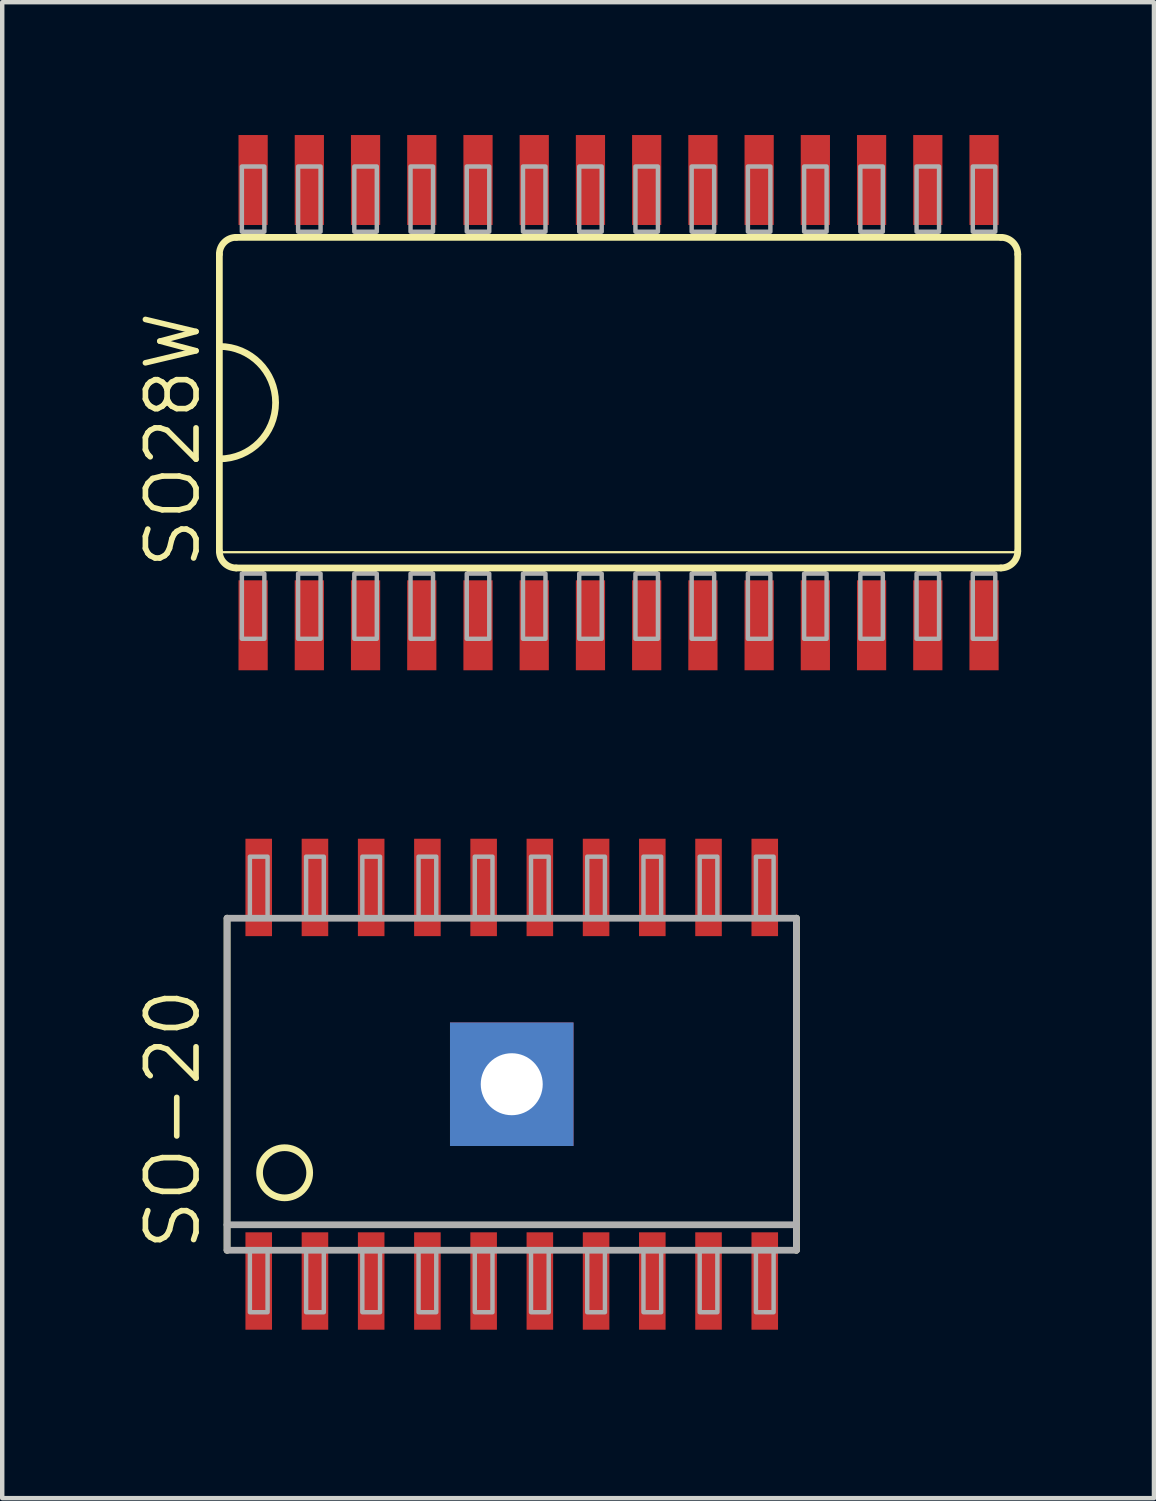
<source format=kicad_pcb>
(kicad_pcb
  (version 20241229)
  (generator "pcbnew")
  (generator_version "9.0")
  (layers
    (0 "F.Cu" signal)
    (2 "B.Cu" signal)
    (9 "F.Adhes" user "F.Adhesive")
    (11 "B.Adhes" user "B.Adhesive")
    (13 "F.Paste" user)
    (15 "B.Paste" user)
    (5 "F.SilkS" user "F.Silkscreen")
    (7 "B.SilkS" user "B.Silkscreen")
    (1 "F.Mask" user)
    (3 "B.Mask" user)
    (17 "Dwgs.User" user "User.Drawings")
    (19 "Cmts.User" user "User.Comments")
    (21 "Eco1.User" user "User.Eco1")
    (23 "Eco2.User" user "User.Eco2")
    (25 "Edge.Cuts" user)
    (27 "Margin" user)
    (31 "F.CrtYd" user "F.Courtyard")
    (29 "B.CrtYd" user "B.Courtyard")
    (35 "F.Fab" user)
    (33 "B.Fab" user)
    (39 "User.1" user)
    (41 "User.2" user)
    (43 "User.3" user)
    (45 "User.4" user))
  (footprint "SO28W"
    (layer "F.Cu")
    (at 10.922 6.045)
    (property "Reference" "SO28W" (at -9.398 3.81 90) (layer "F.SilkS") (effects (font (size 1.143 1.143) (thickness 0.127)) (justify left bottom)))
    (fp_line (start -9.017 -3.353) (end -9.017 -1.27) (stroke (width 0.152) (type solid)) (layer "F.SilkS"))
    (fp_line (start -9.017 -1.27) (end -9.017 1.27) (stroke (width 0.152) (type solid)) (layer "F.SilkS"))
    (fp_line (start -9.017 1.27) (end -9.017 3.353) (stroke (width 0.152) (type solid)) (layer "F.SilkS"))
    (fp_line (start -9.017 3.378) (end 9.017 3.378) (stroke (width 0.051) (type solid)) (layer "F.SilkS"))
    (fp_line (start -8.636 3.734) (end 8.636 3.734) (stroke (width 0.152) (type solid)) (layer "F.SilkS"))
    (fp_line (start 8.636 -3.734) (end -8.636 -3.734) (stroke (width 0.152) (type solid)) (layer "F.SilkS"))
    (fp_line (start 9.017 3.353) (end 9.017 -3.353) (stroke (width 0.152) (type solid)) (layer "F.SilkS"))
    (fp_arc (start -9.017 -3.3528) (mid -8.905408 -3.622208) (end -8.636 -3.7338) (stroke (width 0.1524) (type solid)) (layer "F.SilkS"))
    (fp_arc (start -9.017 -1.27) (mid -7.747 0) (end -9.017 1.27) (stroke (width 0.1524) (type solid)) (layer "F.SilkS"))
    (fp_arc (start -8.636 3.7338) (mid -8.905408 3.622208) (end -9.017 3.3528) (stroke (width 0.1524) (type solid)) (layer "F.SilkS"))
    (fp_arc (start 8.636 -3.7338) (mid 8.905408 -3.622208) (end 9.017 -3.3528) (stroke (width 0.1524) (type solid)) (layer "F.SilkS"))
    (fp_arc (start 9.017 3.3528) (mid 8.905408 3.622208) (end 8.636 3.7338) (stroke (width 0.1524) (type solid)) (layer "F.SilkS"))
    (fp_poly (pts (xy -8.509 -3.734) (xy -8.001 -3.734) (xy -8.001 -3.861) (xy -8.509 -3.861)) (stroke (width 0) (type default)) (fill yes) (layer "F.SilkS"))
    (fp_poly (pts (xy -8.509 3.861) (xy -8.001 3.861) (xy -8.001 3.734) (xy -8.509 3.734)) (stroke (width 0) (type default)) (fill yes) (layer "F.SilkS"))
    (fp_poly (pts (xy -7.239 -3.734) (xy -6.731 -3.734) (xy -6.731 -3.861) (xy -7.239 -3.861)) (stroke (width 0) (type default)) (fill yes) (layer "F.SilkS"))
    (fp_poly (pts (xy -7.239 3.861) (xy -6.731 3.861) (xy -6.731 3.734) (xy -7.239 3.734)) (stroke (width 0) (type default)) (fill yes) (layer "F.SilkS"))
    (fp_poly (pts (xy -5.969 -3.734) (xy -5.461 -3.734) (xy -5.461 -3.861) (xy -5.969 -3.861)) (stroke (width 0) (type default)) (fill yes) (layer "F.SilkS"))
    (fp_poly (pts (xy -5.969 3.861) (xy -5.461 3.861) (xy -5.461 3.734) (xy -5.969 3.734)) (stroke (width 0) (type default)) (fill yes) (layer "F.SilkS"))
    (fp_poly (pts (xy -4.699 -3.734) (xy -4.191 -3.734) (xy -4.191 -3.861) (xy -4.699 -3.861)) (stroke (width 0) (type default)) (fill yes) (layer "F.SilkS"))
    (fp_poly (pts (xy -4.699 3.861) (xy -4.191 3.861) (xy -4.191 3.734) (xy -4.699 3.734)) (stroke (width 0) (type default)) (fill yes) (layer "F.SilkS"))
    (fp_poly (pts (xy -3.429 -3.734) (xy -2.921 -3.734) (xy -2.921 -3.861) (xy -3.429 -3.861)) (stroke (width 0) (type default)) (fill yes) (layer "F.SilkS"))
    (fp_poly (pts (xy -3.429 3.861) (xy -2.921 3.861) (xy -2.921 3.734) (xy -3.429 3.734)) (stroke (width 0) (type default)) (fill yes) (layer "F.SilkS"))
    (fp_poly (pts (xy -2.159 -3.734) (xy -1.651 -3.734) (xy -1.651 -3.861) (xy -2.159 -3.861)) (stroke (width 0) (type default)) (fill yes) (layer "F.SilkS"))
    (fp_poly (pts (xy -2.159 3.861) (xy -1.651 3.861) (xy -1.651 3.734) (xy -2.159 3.734)) (stroke (width 0) (type default)) (fill yes) (layer "F.SilkS"))
    (fp_poly (pts (xy -0.889 -3.734) (xy -0.381 -3.734) (xy -0.381 -3.861) (xy -0.889 -3.861)) (stroke (width 0) (type default)) (fill yes) (layer "F.SilkS"))
    (fp_poly (pts (xy -0.889 3.861) (xy -0.381 3.861) (xy -0.381 3.734) (xy -0.889 3.734)) (stroke (width 0) (type default)) (fill yes) (layer "F.SilkS"))
    (fp_poly (pts (xy 0.381 -3.734) (xy 0.889 -3.734) (xy 0.889 -3.861) (xy 0.381 -3.861)) (stroke (width 0) (type default)) (fill yes) (layer "F.SilkS"))
    (fp_poly (pts (xy 0.381 3.861) (xy 0.889 3.861) (xy 0.889 3.734) (xy 0.381 3.734)) (stroke (width 0) (type default)) (fill yes) (layer "F.SilkS"))
    (fp_poly (pts (xy 1.651 -3.734) (xy 2.159 -3.734) (xy 2.159 -3.861) (xy 1.651 -3.861)) (stroke (width 0) (type default)) (fill yes) (layer "F.SilkS"))
    (fp_poly (pts (xy 1.651 3.861) (xy 2.159 3.861) (xy 2.159 3.734) (xy 1.651 3.734)) (stroke (width 0) (type default)) (fill yes) (layer "F.SilkS"))
    (fp_poly (pts (xy 2.921 -3.734) (xy 3.429 -3.734) (xy 3.429 -3.861) (xy 2.921 -3.861)) (stroke (width 0) (type default)) (fill yes) (layer "F.SilkS"))
    (fp_poly (pts (xy 2.921 3.861) (xy 3.429 3.861) (xy 3.429 3.734) (xy 2.921 3.734)) (stroke (width 0) (type default)) (fill yes) (layer "F.SilkS"))
    (fp_poly (pts (xy 4.191 -3.734) (xy 4.699 -3.734) (xy 4.699 -3.861) (xy 4.191 -3.861)) (stroke (width 0) (type default)) (fill yes) (layer "F.SilkS"))
    (fp_poly (pts (xy 4.191 3.861) (xy 4.699 3.861) (xy 4.699 3.734) (xy 4.191 3.734)) (stroke (width 0) (type default)) (fill yes) (layer "F.SilkS"))
    (fp_poly (pts (xy 5.461 -3.734) (xy 5.969 -3.734) (xy 5.969 -3.861) (xy 5.461 -3.861)) (stroke (width 0) (type default)) (fill yes) (layer "F.SilkS"))
    (fp_poly (pts (xy 5.461 3.861) (xy 5.969 3.861) (xy 5.969 3.734) (xy 5.461 3.734)) (stroke (width 0) (type default)) (fill yes) (layer "F.SilkS"))
    (fp_poly (pts (xy 6.731 -3.734) (xy 7.239 -3.734) (xy 7.239 -3.861) (xy 6.731 -3.861)) (stroke (width 0) (type default)) (fill yes) (layer "F.SilkS"))
    (fp_poly (pts (xy 6.731 3.861) (xy 7.239 3.861) (xy 7.239 3.734) (xy 6.731 3.734)) (stroke (width 0) (type default)) (fill yes) (layer "F.SilkS"))
    (fp_poly (pts (xy 8.001 -3.734) (xy 8.509 -3.734) (xy 8.509 -3.861) (xy 8.001 -3.861)) (stroke (width 0) (type default)) (fill yes) (layer "F.SilkS"))
    (fp_poly (pts (xy 8.001 3.861) (xy 8.509 3.861) (xy 8.509 3.734) (xy 8.001 3.734)) (stroke (width 0) (type default)) (fill yes) (layer "F.SilkS"))
    (fp_poly (pts (xy -8.509 -3.861) (xy -8.001 -3.861) (xy -8.001 -5.334) (xy -8.509 -5.334)) (stroke (width 0.1) (type default)) (fill no) (layer "F.Fab"))
    (fp_poly (pts (xy -8.509 5.334) (xy -8.001 5.334) (xy -8.001 3.861) (xy -8.509 3.861)) (stroke (width 0.1) (type default)) (fill no) (layer "F.Fab"))
    (fp_poly (pts (xy -7.239 -3.861) (xy -6.731 -3.861) (xy -6.731 -5.334) (xy -7.239 -5.334)) (stroke (width 0.1) (type default)) (fill no) (layer "F.Fab"))
    (fp_poly (pts (xy -7.239 5.334) (xy -6.731 5.334) (xy -6.731 3.861) (xy -7.239 3.861)) (stroke (width 0.1) (type default)) (fill no) (layer "F.Fab"))
    (fp_poly (pts (xy -5.969 -3.861) (xy -5.461 -3.861) (xy -5.461 -5.334) (xy -5.969 -5.334)) (stroke (width 0.1) (type default)) (fill no) (layer "F.Fab"))
    (fp_poly (pts (xy -5.969 5.334) (xy -5.461 5.334) (xy -5.461 3.861) (xy -5.969 3.861)) (stroke (width 0.1) (type default)) (fill no) (layer "F.Fab"))
    (fp_poly (pts (xy -4.699 -3.861) (xy -4.191 -3.861) (xy -4.191 -5.334) (xy -4.699 -5.334)) (stroke (width 0.1) (type default)) (fill no) (layer "F.Fab"))
    (fp_poly (pts (xy -4.699 5.334) (xy -4.191 5.334) (xy -4.191 3.861) (xy -4.699 3.861)) (stroke (width 0.1) (type default)) (fill no) (layer "F.Fab"))
    (fp_poly (pts (xy -3.429 -3.861) (xy -2.921 -3.861) (xy -2.921 -5.334) (xy -3.429 -5.334)) (stroke (width 0.1) (type default)) (fill no) (layer "F.Fab"))
    (fp_poly (pts (xy -3.429 5.334) (xy -2.921 5.334) (xy -2.921 3.861) (xy -3.429 3.861)) (stroke (width 0.1) (type default)) (fill no) (layer "F.Fab"))
    (fp_poly (pts (xy -2.159 -3.861) (xy -1.651 -3.861) (xy -1.651 -5.334) (xy -2.159 -5.334)) (stroke (width 0.1) (type default)) (fill no) (layer "F.Fab"))
    (fp_poly (pts (xy -2.159 5.334) (xy -1.651 5.334) (xy -1.651 3.861) (xy -2.159 3.861)) (stroke (width 0.1) (type default)) (fill no) (layer "F.Fab"))
    (fp_poly (pts (xy -0.889 -3.861) (xy -0.381 -3.861) (xy -0.381 -5.334) (xy -0.889 -5.334)) (stroke (width 0.1) (type default)) (fill no) (layer "F.Fab"))
    (fp_poly (pts (xy -0.889 5.334) (xy -0.381 5.334) (xy -0.381 3.861) (xy -0.889 3.861)) (stroke (width 0.1) (type default)) (fill no) (layer "F.Fab"))
    (fp_poly (pts (xy 0.381 -3.861) (xy 0.889 -3.861) (xy 0.889 -5.334) (xy 0.381 -5.334)) (stroke (width 0.1) (type default)) (fill no) (layer "F.Fab"))
    (fp_poly (pts (xy 0.381 5.334) (xy 0.889 5.334) (xy 0.889 3.861) (xy 0.381 3.861)) (stroke (width 0.1) (type default)) (fill no) (layer "F.Fab"))
    (fp_poly (pts (xy 1.651 -3.861) (xy 2.159 -3.861) (xy 2.159 -5.334) (xy 1.651 -5.334)) (stroke (width 0.1) (type default)) (fill no) (layer "F.Fab"))
    (fp_poly (pts (xy 1.651 5.334) (xy 2.159 5.334) (xy 2.159 3.861) (xy 1.651 3.861)) (stroke (width 0.1) (type default)) (fill no) (layer "F.Fab"))
    (fp_poly (pts (xy 2.921 -3.861) (xy 3.429 -3.861) (xy 3.429 -5.334) (xy 2.921 -5.334)) (stroke (width 0.1) (type default)) (fill no) (layer "F.Fab"))
    (fp_poly (pts (xy 2.921 5.334) (xy 3.429 5.334) (xy 3.429 3.861) (xy 2.921 3.861)) (stroke (width 0.1) (type default)) (fill no) (layer "F.Fab"))
    (fp_poly (pts (xy 4.191 -3.861) (xy 4.699 -3.861) (xy 4.699 -5.334) (xy 4.191 -5.334)) (stroke (width 0.1) (type default)) (fill no) (layer "F.Fab"))
    (fp_poly (pts (xy 4.191 5.334) (xy 4.699 5.334) (xy 4.699 3.861) (xy 4.191 3.861)) (stroke (width 0.1) (type default)) (fill no) (layer "F.Fab"))
    (fp_poly (pts (xy 5.461 -3.861) (xy 5.969 -3.861) (xy 5.969 -5.334) (xy 5.461 -5.334)) (stroke (width 0.1) (type default)) (fill no) (layer "F.Fab"))
    (fp_poly (pts (xy 5.461 5.334) (xy 5.969 5.334) (xy 5.969 3.861) (xy 5.461 3.861)) (stroke (width 0.1) (type default)) (fill no) (layer "F.Fab"))
    (fp_poly (pts (xy 6.731 -3.861) (xy 7.239 -3.861) (xy 7.239 -5.334) (xy 6.731 -5.334)) (stroke (width 0.1) (type default)) (fill no) (layer "F.Fab"))
    (fp_poly (pts (xy 6.731 5.334) (xy 7.239 5.334) (xy 7.239 3.861) (xy 6.731 3.861)) (stroke (width 0.1) (type default)) (fill no) (layer "F.Fab"))
    (fp_poly (pts (xy 8.001 -3.861) (xy 8.509 -3.861) (xy 8.509 -5.334) (xy 8.001 -5.334)) (stroke (width 0.1) (type default)) (fill no) (layer "F.Fab"))
    (fp_poly (pts (xy 8.001 5.334) (xy 8.509 5.334) (xy 8.509 3.861) (xy 8.001 3.861)) (stroke (width 0.1) (type default)) (fill no) (layer "F.Fab"))
    (pad "1" smd rect (at -8.255 5.029) (size 0.66 2.032) (layers "F.Cu" "F.Mask" "F.Paste"))
    (pad "2" smd rect (at -6.985 5.029) (size 0.66 2.032) (layers "F.Cu" "F.Mask" "F.Paste"))
    (pad "3" smd rect (at -5.715 5.029) (size 0.66 2.032) (layers "F.Cu" "F.Mask" "F.Paste"))
    (pad "4" smd rect (at -4.445 5.029) (size 0.66 2.032) (layers "F.Cu" "F.Mask" "F.Paste"))
    (pad "5" smd rect (at -3.175 5.029) (size 0.66 2.032) (layers "F.Cu" "F.Mask" "F.Paste"))
    (pad "6" smd rect (at -1.905 5.029) (size 0.66 2.032) (layers "F.Cu" "F.Mask" "F.Paste"))
    (pad "7" smd rect (at -0.635 5.029) (size 0.66 2.032) (layers "F.Cu" "F.Mask" "F.Paste"))
    (pad "8" smd rect (at 0.635 5.029) (size 0.66 2.032) (layers "F.Cu" "F.Mask" "F.Paste"))
    (pad "9" smd rect (at 1.905 5.029) (size 0.66 2.032) (layers "F.Cu" "F.Mask" "F.Paste"))
    (pad "10" smd rect (at 3.175 5.029) (size 0.66 2.032) (layers "F.Cu" "F.Mask" "F.Paste"))
    (pad "11" smd rect (at 4.445 5.029) (size 0.66 2.032) (layers "F.Cu" "F.Mask" "F.Paste"))
    (pad "12" smd rect (at 5.715 5.029) (size 0.66 2.032) (layers "F.Cu" "F.Mask" "F.Paste"))
    (pad "13" smd rect (at 6.985 5.029) (size 0.66 2.032) (layers "F.Cu" "F.Mask" "F.Paste"))
    (pad "14" smd rect (at 8.255 5.029) (size 0.66 2.032) (layers "F.Cu" "F.Mask" "F.Paste"))
    (pad "15" smd rect (at 8.255 -5.029) (size 0.66 2.032) (layers "F.Cu" "F.Mask" "F.Paste"))
    (pad "16" smd rect (at 6.985 -5.029) (size 0.66 2.032) (layers "F.Cu" "F.Mask" "F.Paste"))
    (pad "17" smd rect (at 5.715 -5.029) (size 0.66 2.032) (layers "F.Cu" "F.Mask" "F.Paste"))
    (pad "18" smd rect (at 4.445 -5.029) (size 0.66 2.032) (layers "F.Cu" "F.Mask" "F.Paste"))
    (pad "19" smd rect (at 3.175 -5.029) (size 0.66 2.032) (layers "F.Cu" "F.Mask" "F.Paste"))
    (pad "20" smd rect (at 1.905 -5.029) (size 0.66 2.032) (layers "F.Cu" "F.Mask" "F.Paste"))
    (pad "21" smd rect (at 0.635 -5.029) (size 0.66 2.032) (layers "F.Cu" "F.Mask" "F.Paste"))
    (pad "22" smd rect (at -0.635 -5.029) (size 0.66 2.032) (layers "F.Cu" "F.Mask" "F.Paste"))
    (pad "23" smd rect (at -1.905 -5.029) (size 0.66 2.032) (layers "F.Cu" "F.Mask" "F.Paste"))
    (pad "24" smd rect (at -3.175 -5.029) (size 0.66 2.032) (layers "F.Cu" "F.Mask" "F.Paste"))
    (pad "25" smd rect (at -4.445 -5.029) (size 0.66 2.032) (layers "F.Cu" "F.Mask" "F.Paste"))
    (pad "26" smd rect (at -5.715 -5.029) (size 0.66 2.032) (layers "F.Cu" "F.Mask" "F.Paste"))
    (pad "27" smd rect (at -6.985 -5.029) (size 0.66 2.032) (layers "F.Cu" "F.Mask" "F.Paste"))
    (pad "28" smd rect (at -8.255 -5.029) (size 0.66 2.032) (layers "F.Cu" "F.Mask" "F.Paste")))
  (footprint "SO-20"
    (layer "F.Cu")
    (at 8.509 21.44)
    (property "Reference" "SO-20" (at -6.985 3.81 90) (layer "F.SilkS") (effects (font (size 1.143 1.143) (thickness 0.127)) (justify left bottom)))
    (fp_line (start -6.43 -3.75) (end -6.43 3.75) (stroke (width 0.152) (type solid)) (layer "F.SilkS"))
    (fp_line (start 6.43 -3.75) (end 6.43 3.75) (stroke (width 0.152) (type solid)) (layer "F.SilkS"))
    (fp_circle (center -5.13 2) (end -4.564 2) (stroke (width 0.152) (type solid)) (fill no) (layer "F.SilkS"))
    (fp_line (start -6.43 -3.75) (end -6.43 3.175) (stroke (width 0.152) (type solid)) (layer "F.Fab"))
    (fp_line (start -6.43 -3.75) (end 6.43 -3.75) (stroke (width 0.152) (type solid)) (layer "F.Fab"))
    (fp_line (start -6.43 3.175) (end -6.43 3.75) (stroke (width 0.152) (type solid)) (layer "F.Fab"))
    (fp_line (start -6.43 3.175) (end 6.43 3.175) (stroke (width 0.152) (type solid)) (layer "F.Fab"))
    (fp_line (start -6.43 3.75) (end 6.43 3.75) (stroke (width 0.152) (type solid)) (layer "F.Fab"))
    (fp_line (start 6.43 -3.75) (end 6.43 3.175) (stroke (width 0.152) (type solid)) (layer "F.Fab"))
    (fp_line (start 6.43 3.175) (end 6.43 3.75) (stroke (width 0.152) (type solid)) (layer "F.Fab"))
    (fp_poly (pts (xy -5.915 -3.74) (xy -5.515 -3.74) (xy -5.515 -5.14) (xy -5.915 -5.14)) (stroke (width 0.1) (type default)) (fill no) (layer "F.Fab"))
    (fp_poly (pts (xy -5.915 5.15) (xy -5.515 5.15) (xy -5.515 3.75) (xy -5.915 3.75)) (stroke (width 0.1) (type default)) (fill no) (layer "F.Fab"))
    (fp_poly (pts (xy -4.645 -3.74) (xy -4.245 -3.74) (xy -4.245 -5.14) (xy -4.645 -5.14)) (stroke (width 0.1) (type default)) (fill no) (layer "F.Fab"))
    (fp_poly (pts (xy -4.645 5.15) (xy -4.245 5.15) (xy -4.245 3.75) (xy -4.645 3.75)) (stroke (width 0.1) (type default)) (fill no) (layer "F.Fab"))
    (fp_poly (pts (xy -3.375 -3.74) (xy -2.975 -3.74) (xy -2.975 -5.14) (xy -3.375 -5.14)) (stroke (width 0.1) (type default)) (fill no) (layer "F.Fab"))
    (fp_poly (pts (xy -3.375 5.15) (xy -2.975 5.15) (xy -2.975 3.75) (xy -3.375 3.75)) (stroke (width 0.1) (type default)) (fill no) (layer "F.Fab"))
    (fp_poly (pts (xy -2.105 -3.74) (xy -1.705 -3.74) (xy -1.705 -5.14) (xy -2.105 -5.14)) (stroke (width 0.1) (type default)) (fill no) (layer "F.Fab"))
    (fp_poly (pts (xy -2.105 5.15) (xy -1.705 5.15) (xy -1.705 3.75) (xy -2.105 3.75)) (stroke (width 0.1) (type default)) (fill no) (layer "F.Fab"))
    (fp_poly (pts (xy -0.835 -3.74) (xy -0.435 -3.74) (xy -0.435 -5.14) (xy -0.835 -5.14)) (stroke (width 0.1) (type default)) (fill no) (layer "F.Fab"))
    (fp_poly (pts (xy -0.835 5.15) (xy -0.435 5.15) (xy -0.435 3.75) (xy -0.835 3.75)) (stroke (width 0.1) (type default)) (fill no) (layer "F.Fab"))
    (fp_poly (pts (xy 0.435 -3.74) (xy 0.835 -3.74) (xy 0.835 -5.14) (xy 0.435 -5.14)) (stroke (width 0.1) (type default)) (fill no) (layer "F.Fab"))
    (fp_poly (pts (xy 0.435 5.15) (xy 0.835 5.15) (xy 0.835 3.75) (xy 0.435 3.75)) (stroke (width 0.1) (type default)) (fill no) (layer "F.Fab"))
    (fp_poly (pts (xy 1.705 -3.74) (xy 2.105 -3.74) (xy 2.105 -5.14) (xy 1.705 -5.14)) (stroke (width 0.1) (type default)) (fill no) (layer "F.Fab"))
    (fp_poly (pts (xy 1.705 5.15) (xy 2.105 5.15) (xy 2.105 3.75) (xy 1.705 3.75)) (stroke (width 0.1) (type default)) (fill no) (layer "F.Fab"))
    (fp_poly (pts (xy 2.975 -3.74) (xy 3.375 -3.74) (xy 3.375 -5.14) (xy 2.975 -5.14)) (stroke (width 0.1) (type default)) (fill no) (layer "F.Fab"))
    (fp_poly (pts (xy 2.975 5.15) (xy 3.375 5.15) (xy 3.375 3.75) (xy 2.975 3.75)) (stroke (width 0.1) (type default)) (fill no) (layer "F.Fab"))
    (fp_poly (pts (xy 4.245 -3.74) (xy 4.645 -3.74) (xy 4.645 -5.14) (xy 4.245 -5.14)) (stroke (width 0.1) (type default)) (fill no) (layer "F.Fab"))
    (fp_poly (pts (xy 4.245 5.15) (xy 4.645 5.15) (xy 4.645 3.75) (xy 4.245 3.75)) (stroke (width 0.1) (type default)) (fill no) (layer "F.Fab"))
    (fp_poly (pts (xy 5.515 -3.74) (xy 5.915 -3.74) (xy 5.915 -5.14) (xy 5.515 -5.14)) (stroke (width 0.1) (type default)) (fill no) (layer "F.Fab"))
    (fp_poly (pts (xy 5.515 5.15) (xy 5.915 5.15) (xy 5.915 3.75) (xy 5.515 3.75)) (stroke (width 0.1) (type default)) (fill no) (layer "F.Fab"))
    (pad "1" smd rect (at -5.715 4.445 90) (size 2.2 0.6) (layers "F.Cu" "F.Mask" "F.Paste"))
    (pad "2" smd rect (at -4.445 4.445 90) (size 2.2 0.6) (layers "F.Cu" "F.Mask" "F.Paste"))
    (pad "3" smd rect (at -3.175 4.445 90) (size 2.2 0.6) (layers "F.Cu" "F.Mask" "F.Paste"))
    (pad "4" smd rect (at -1.905 4.445 90) (size 2.2 0.6) (layers "F.Cu" "F.Mask" "F.Paste"))
    (pad "5" smd rect (at -0.635 4.445 90) (size 2.2 0.6) (layers "F.Cu" "F.Mask" "F.Paste"))
    (pad "6" smd rect (at 0.635 4.445 90) (size 2.2 0.6) (layers "F.Cu" "F.Mask" "F.Paste"))
    (pad "7" smd rect (at 1.905 4.445 90) (size 2.2 0.6) (layers "F.Cu" "F.Mask" "F.Paste"))
    (pad "8" smd rect (at 3.175 4.445 90) (size 2.2 0.6) (layers "F.Cu" "F.Mask" "F.Paste"))
    (pad "9" smd rect (at 4.445 4.445 90) (size 2.2 0.6) (layers "F.Cu" "F.Mask" "F.Paste"))
    (pad "10" smd rect (at 5.715 4.445 90) (size 2.2 0.6) (layers "F.Cu" "F.Mask" "F.Paste"))
    (pad "11" smd rect (at 5.715 -4.445 270) (size 2.2 0.6) (layers "F.Cu" "F.Mask" "F.Paste"))
    (pad "12" smd rect (at 4.445 -4.445 270) (size 2.2 0.6) (layers "F.Cu" "F.Mask" "F.Paste"))
    (pad "13" smd rect (at 3.175 -4.445 90) (size 2.2 0.6) (layers "F.Cu" "F.Mask" "F.Paste"))
    (pad "14" smd rect (at 1.905 -4.445 90) (size 2.2 0.6) (layers "F.Cu" "F.Mask" "F.Paste"))
    (pad "15" smd rect (at 0.635 -4.445 90) (size 2.2 0.6) (layers "F.Cu" "F.Mask" "F.Paste"))
    (pad "16" smd rect (at -0.635 -4.445 90) (size 2.2 0.6) (layers "F.Cu" "F.Mask" "F.Paste"))
    (pad "17" smd rect (at -1.905 -4.445 90) (size 2.2 0.6) (layers "F.Cu" "F.Mask" "F.Paste"))
    (pad "18" smd rect (at -3.175 -4.445 90) (size 2.2 0.6) (layers "F.Cu" "F.Mask" "F.Paste"))
    (pad "19" smd rect (at -4.445 -4.445 90) (size 2.2 0.6) (layers "F.Cu" "F.Mask" "F.Paste"))
    (pad "20" smd rect (at -5.715 -4.445 90) (size 2.2 0.6) (layers "F.Cu" "F.Mask" "F.Paste"))
    (pad "PPAD" thru_hole rect (at 0 0) (size 2.79 2.79) (drill 1.4) (layers "*.Cu" "*.Mask"))
    (zone (net_name "") (layer "B.Cu") (hatch edge 0.5) (connect_pads) (min_thickness 0.25) (filled_areas_thickness no) (keepout (tracks not_allowed) (vias not_allowed) (pads not_allowed) (copperpour not_allowed) (footprints allowed)) (placement (enabled no)) (fill) (polygon (pts (xy 2.159 18.9) (xy 14.859 18.9) (xy 14.859 15.09) (xy 2.159 15.09))))
    (zone (net_name "") (layer "B.Cu") (hatch edge 0.5) (connect_pads) (min_thickness 0.25) (filled_areas_thickness no) (keepout (tracks not_allowed) (vias not_allowed) (pads not_allowed) (copperpour not_allowed) (footprints allowed)) (placement (enabled no)) (fill) (polygon (pts (xy 2.159 27.79) (xy 14.859 27.79) (xy 14.859 23.98) (xy 2.159 23.98)))))
  (gr_rect
    (start -3 -3)
    (end 23.015 30.79)
    (stroke (width 0.1) (type default))
    (fill no)
    (layer "Edge.Cuts")))
</source>
